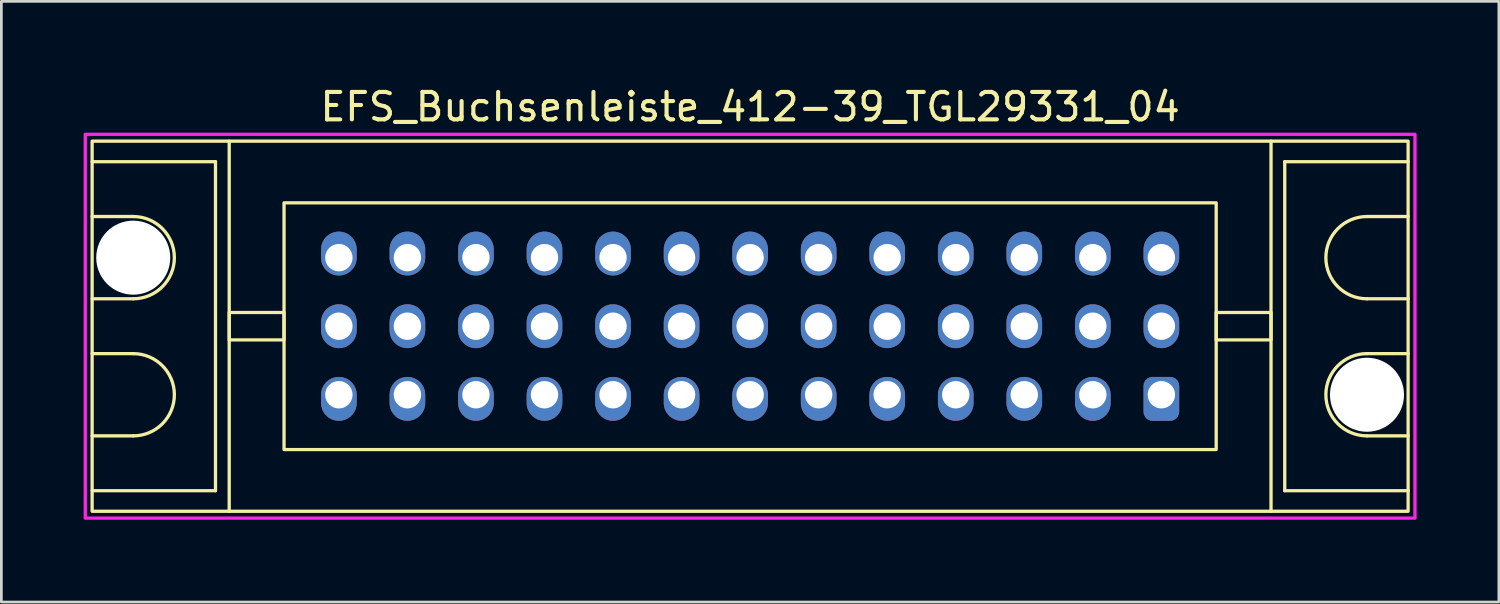
<source format=kicad_pcb>
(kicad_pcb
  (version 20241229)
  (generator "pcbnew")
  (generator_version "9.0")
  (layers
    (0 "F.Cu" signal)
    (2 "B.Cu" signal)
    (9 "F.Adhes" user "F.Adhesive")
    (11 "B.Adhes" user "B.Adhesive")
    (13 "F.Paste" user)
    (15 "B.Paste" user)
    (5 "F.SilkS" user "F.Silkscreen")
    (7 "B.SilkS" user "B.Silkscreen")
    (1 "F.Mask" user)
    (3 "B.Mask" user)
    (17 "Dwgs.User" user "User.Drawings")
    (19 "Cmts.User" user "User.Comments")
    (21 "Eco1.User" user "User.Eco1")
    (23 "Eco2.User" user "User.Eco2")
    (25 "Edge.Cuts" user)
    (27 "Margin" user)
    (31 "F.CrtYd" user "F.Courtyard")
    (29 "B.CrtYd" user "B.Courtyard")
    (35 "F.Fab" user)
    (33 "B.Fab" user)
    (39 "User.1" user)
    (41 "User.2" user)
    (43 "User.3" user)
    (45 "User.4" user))
  (footprint "EFS_Buchsenleiste_412-39_TGL29331_04"
    (layer "F.Cu")
    (at 24.31 8.848)
    (property "Reference" "EFS_Buchsenleiste_412-39_TGL29331_04" (at 0 -8 180) (layer "F.SilkS") (effects (font (size 1 1) (thickness 0.15))))
    (attr through_hole)
    (fp_line (start -24 -6) (end -19.5 -6) (stroke (width 0.12) (type solid)) (layer "F.SilkS"))
    (fp_line (start -22.5 -4) (end -24 -4) (stroke (width 0.12) (type solid)) (layer "F.SilkS"))
    (fp_line (start -22.5 -1) (end -24 -1) (stroke (width 0.12) (type solid)) (layer "F.SilkS"))
    (fp_line (start -22.5 1) (end -24 1) (stroke (width 0.12) (type solid)) (layer "F.SilkS"))
    (fp_line (start -22.5 4) (end -24 4) (stroke (width 0.12) (type solid)) (layer "F.SilkS"))
    (fp_line (start -19.5 -6) (end -19.5 6) (stroke (width 0.12) (type solid)) (layer "F.SilkS"))
    (fp_line (start -19.5 6) (end -24 6) (stroke (width 0.12) (type solid)) (layer "F.SilkS"))
    (fp_line (start -19 6.75) (end -19 -6.75) (stroke (width 0.12) (type solid)) (layer "F.SilkS"))
    (fp_line (start 19 6.75) (end 19 -6.75) (stroke (width 0.12) (type solid)) (layer "F.SilkS"))
    (fp_line (start 19.5 -6) (end 19.5 6) (stroke (width 0.12) (type solid)) (layer "F.SilkS"))
    (fp_line (start 19.5 6) (end 24 6) (stroke (width 0.12) (type solid)) (layer "F.SilkS"))
    (fp_line (start 22.5 -4) (end 24 -4) (stroke (width 0.12) (type solid)) (layer "F.SilkS"))
    (fp_line (start 22.5 -1) (end 24 -1) (stroke (width 0.12) (type solid)) (layer "F.SilkS"))
    (fp_line (start 22.5 1) (end 24 1) (stroke (width 0.12) (type solid)) (layer "F.SilkS"))
    (fp_line (start 22.5 4) (end 24 4) (stroke (width 0.12) (type solid)) (layer "F.SilkS"))
    (fp_line (start 24 -6) (end 19.5 -6) (stroke (width 0.12) (type solid)) (layer "F.SilkS"))
    (fp_rect (start -24 -6.75) (end 24 6.75) (stroke (width 0.12) (type solid)) (fill no) (layer "F.SilkS"))
    (fp_rect (start -19 -0.5) (end -17 0.5) (stroke (width 0.12) (type solid)) (fill no) (layer "F.SilkS"))
    (fp_rect (start -17 -4.5) (end 17 4.5) (stroke (width 0.12) (type solid)) (fill no) (layer "F.SilkS"))
    (fp_rect (start 19 -0.5) (end 17 0.5) (stroke (width 0.12) (type solid)) (fill no) (layer "F.SilkS"))
    (fp_arc (start -22.5 -4) (mid -21 -2.5) (end -22.5 -1) (stroke (width 0.12) (type solid)) (layer "F.SilkS"))
    (fp_arc (start -22.5 1) (mid -21 2.5) (end -22.5 4) (stroke (width 0.12) (type solid)) (layer "F.SilkS"))
    (fp_arc (start 22.5 -1) (mid 21 -2.5) (end 22.5 -4) (stroke (width 0.12) (type solid)) (layer "F.SilkS"))
    (fp_arc (start 22.5 4) (mid 21 2.5) (end 22.5 1) (stroke (width 0.12) (type solid)) (layer "F.SilkS"))
    (fp_rect (start -24.25 -7) (end 24.25 7) (stroke (width 0.12) (type solid)) (fill no) (layer "F.CrtYd"))
    (pad "" np_thru_hole circle (at -22.5 -2.5) (size 2.7 2.7) (drill 2.7) (layers "*.Cu" "*.Mask"))
    (pad "" np_thru_hole circle (at 22.5 2.5) (size 2.7 2.7) (drill 2.7) (layers "*.Cu" "*.Mask"))
    (pad "1a" thru_hole roundrect (at 15 2.5 180) (size 1.3 1.6) (drill 1 (offset 0 -0.15)) (layers "*.Cu" "*.Mask") (roundrect_rratio 0.25))
    (pad "1b" thru_hole oval (at 15 0 180) (size 1.3 1.6) (drill 1) (layers "*.Cu" "*.Mask"))
    (pad "1c" thru_hole oval (at 15 -2.5 180) (size 1.3 1.6) (drill 1 (offset 0 0.15)) (layers "*.Cu" "*.Mask"))
    (pad "2a" thru_hole oval (at 12.5 2.5 180) (size 1.3 1.6) (drill 1 (offset 0 -0.15)) (layers "*.Cu" "*.Mask"))
    (pad "2b" thru_hole oval (at 12.5 0 180) (size 1.3 1.6) (drill 1) (layers "*.Cu" "*.Mask"))
    (pad "2c" thru_hole oval (at 12.5 -2.5 180) (size 1.3 1.6) (drill 1 (offset 0 0.15)) (layers "*.Cu" "*.Mask"))
    (pad "3a" thru_hole oval (at 10 2.5 180) (size 1.3 1.6) (drill 1 (offset 0 -0.15)) (layers "*.Cu" "*.Mask"))
    (pad "3b" thru_hole oval (at 10 0 180) (size 1.3 1.6) (drill 1) (layers "*.Cu" "*.Mask"))
    (pad "3c" thru_hole oval (at 10 -2.5 180) (size 1.3 1.6) (drill 1 (offset 0 0.15)) (layers "*.Cu" "*.Mask"))
    (pad "4a" thru_hole oval (at 7.5 2.5 180) (size 1.3 1.6) (drill 1 (offset 0 -0.15)) (layers "*.Cu" "*.Mask"))
    (pad "4b" thru_hole oval (at 7.5 0 180) (size 1.3 1.6) (drill 1) (layers "*.Cu" "*.Mask"))
    (pad "4c" thru_hole oval (at 7.5 -2.5 180) (size 1.3 1.6) (drill 1 (offset 0 0.15)) (layers "*.Cu" "*.Mask"))
    (pad "5a" thru_hole oval (at 5 2.5 180) (size 1.3 1.6) (drill 1 (offset 0 -0.15)) (layers "*.Cu" "*.Mask"))
    (pad "5b" thru_hole oval (at 5 0 180) (size 1.3 1.6) (drill 1) (layers "*.Cu" "*.Mask"))
    (pad "5c" thru_hole oval (at 5 -2.5 180) (size 1.3 1.6) (drill 1 (offset 0 0.15)) (layers "*.Cu" "*.Mask"))
    (pad "6a" thru_hole oval (at 2.5 2.5 180) (size 1.3 1.6) (drill 1 (offset 0 -0.15)) (layers "*.Cu" "*.Mask"))
    (pad "6b" thru_hole oval (at 2.5 0 180) (size 1.3 1.6) (drill 1) (layers "*.Cu" "*.Mask"))
    (pad "6c" thru_hole oval (at 2.5 -2.5 180) (size 1.3 1.6) (drill 1 (offset 0 0.15)) (layers "*.Cu" "*.Mask"))
    (pad "7a" thru_hole oval (at 0 2.5 180) (size 1.3 1.6) (drill 1 (offset 0 -0.15)) (layers "*.Cu" "*.Mask"))
    (pad "7b" thru_hole oval (at 0 0 180) (size 1.3 1.6) (drill 1) (layers "*.Cu" "*.Mask"))
    (pad "7c" thru_hole oval (at 0 -2.5 180) (size 1.3 1.6) (drill 1 (offset 0 0.15)) (layers "*.Cu" "*.Mask"))
    (pad "8a" thru_hole oval (at -2.5 2.5 180) (size 1.3 1.6) (drill 1 (offset 0 -0.15)) (layers "*.Cu" "*.Mask"))
    (pad "8b" thru_hole oval (at -2.5 0 180) (size 1.3 1.6) (drill 1) (layers "*.Cu" "*.Mask"))
    (pad "8c" thru_hole oval (at -2.5 -2.5 180) (size 1.3 1.6) (drill 1 (offset 0 0.15)) (layers "*.Cu" "*.Mask"))
    (pad "9a" thru_hole oval (at -5 2.5 180) (size 1.3 1.6) (drill 1 (offset 0 -0.15)) (layers "*.Cu" "*.Mask"))
    (pad "9b" thru_hole oval (at -5 0 180) (size 1.3 1.6) (drill 1) (layers "*.Cu" "*.Mask"))
    (pad "9c" thru_hole oval (at -5 -2.5 180) (size 1.3 1.6) (drill 1 (offset 0 0.15)) (layers "*.Cu" "*.Mask"))
    (pad "10a" thru_hole oval (at -7.5 2.5 180) (size 1.3 1.6) (drill 1 (offset 0 -0.15)) (layers "*.Cu" "*.Mask"))
    (pad "10b" thru_hole oval (at -7.5 0 180) (size 1.3 1.6) (drill 1) (layers "*.Cu" "*.Mask"))
    (pad "10c" thru_hole oval (at -7.5 -2.5 180) (size 1.3 1.6) (drill 1 (offset 0 0.15)) (layers "*.Cu" "*.Mask"))
    (pad "11a" thru_hole oval (at -10 2.5 180) (size 1.3 1.6) (drill 1 (offset 0 -0.15)) (layers "*.Cu" "*.Mask"))
    (pad "11b" thru_hole oval (at -10 0 180) (size 1.3 1.6) (drill 1) (layers "*.Cu" "*.Mask"))
    (pad "11c" thru_hole oval (at -10 -2.5 180) (size 1.3 1.6) (drill 1 (offset 0 0.15)) (layers "*.Cu" "*.Mask"))
    (pad "12a" thru_hole oval (at -12.5 2.5 180) (size 1.3 1.6) (drill 1 (offset 0 -0.15)) (layers "*.Cu" "*.Mask"))
    (pad "12b" thru_hole oval (at -12.5 0 180) (size 1.3 1.6) (drill 1) (layers "*.Cu" "*.Mask"))
    (pad "12c" thru_hole oval (at -12.5 -2.5 180) (size 1.3 1.6) (drill 1 (offset 0 0.15)) (layers "*.Cu" "*.Mask"))
    (pad "13a" thru_hole oval (at -15 2.5 180) (size 1.3 1.6) (drill 1 (offset 0 -0.15)) (layers "*.Cu" "*.Mask"))
    (pad "13b" thru_hole oval (at -15 0 180) (size 1.3 1.6) (drill 1) (layers "*.Cu" "*.Mask"))
    (pad "13c" thru_hole oval (at -15 -2.5 180) (size 1.3 1.6) (drill 1 (offset 0 0.15)) (layers "*.Cu" "*.Mask")))
  (gr_rect
    (start -3 -3)
    (end 51.62 18.908)
    (stroke (width 0.1) (type default))
    (fill no)
    (layer "Edge.Cuts")))
</source>
